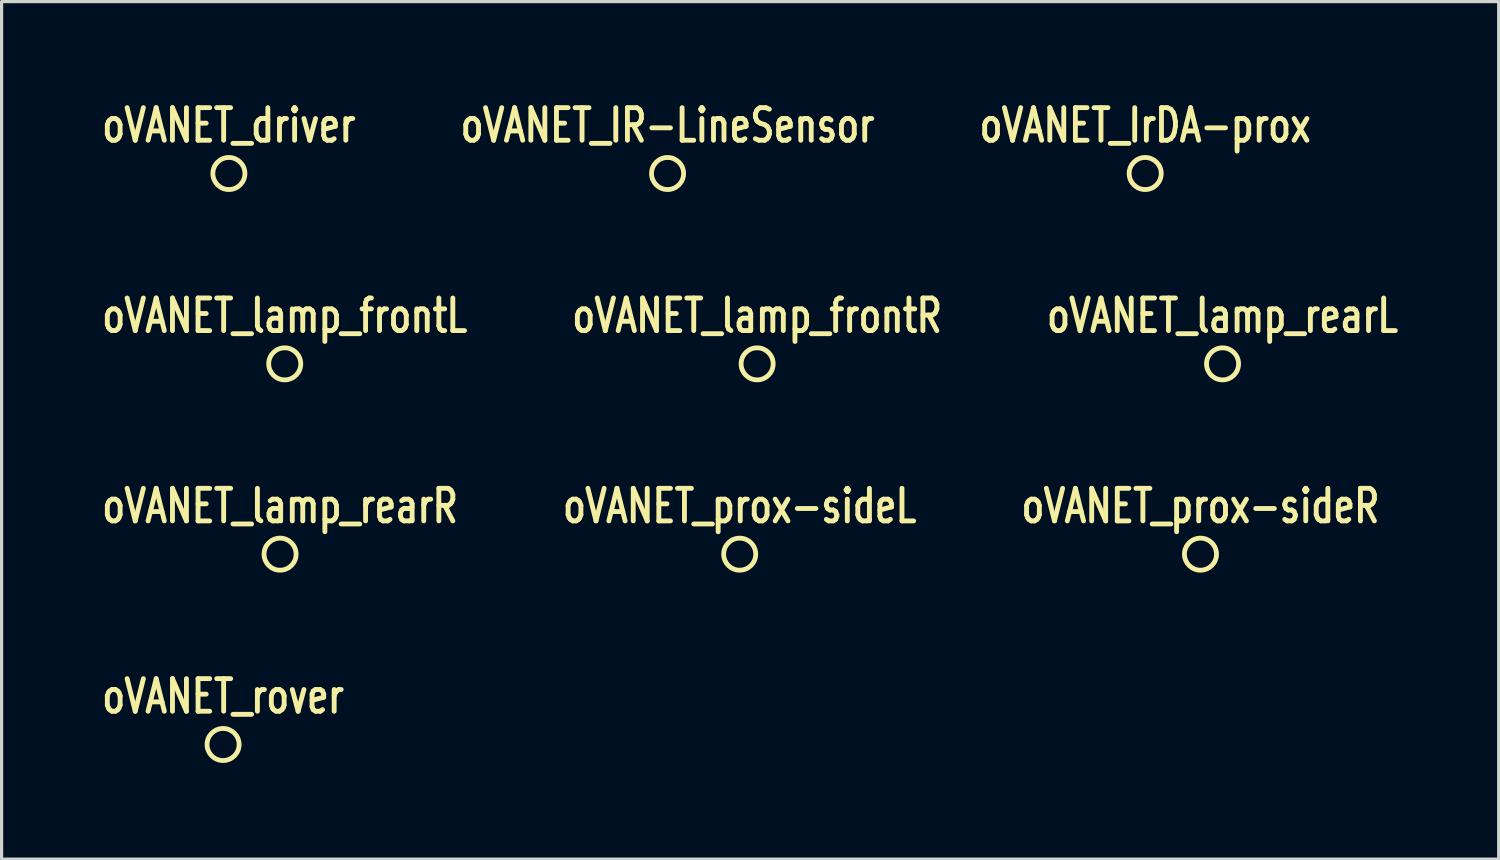
<source format=kicad_pcb>
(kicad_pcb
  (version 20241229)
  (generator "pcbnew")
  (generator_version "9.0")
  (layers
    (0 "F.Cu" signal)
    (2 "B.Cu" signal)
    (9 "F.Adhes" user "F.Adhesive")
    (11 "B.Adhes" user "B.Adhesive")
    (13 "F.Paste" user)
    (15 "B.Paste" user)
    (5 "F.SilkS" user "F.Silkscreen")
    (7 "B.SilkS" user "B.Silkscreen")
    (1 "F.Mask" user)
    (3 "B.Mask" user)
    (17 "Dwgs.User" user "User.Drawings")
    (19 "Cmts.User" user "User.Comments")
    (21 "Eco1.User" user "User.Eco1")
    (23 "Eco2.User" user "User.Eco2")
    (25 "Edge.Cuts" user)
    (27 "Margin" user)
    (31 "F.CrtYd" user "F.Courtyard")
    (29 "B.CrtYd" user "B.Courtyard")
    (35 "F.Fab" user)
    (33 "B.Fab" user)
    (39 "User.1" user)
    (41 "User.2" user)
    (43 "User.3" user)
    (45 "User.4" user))
  (footprint "oVANET_prox-sideL"
    (layer "F.Cu")
    (at 20.022 14.235)
    (property "Reference" "oVANET_prox-sideL" (at 0 -1.5 0) (layer "F.SilkS") (effects (font (size 1.016 0.762) (thickness 0.152))))
    (attr through_hole)
    (fp_circle (center 0 0) (end 0.5 0) (stroke (width 0.15) (type solid)) (fill no) (layer "F.SilkS")))
  (footprint "oVANET_rover"
    (layer "F.Cu")
    (at 3.908 20.172)
    (property "Reference" "oVANET_rover" (at 0 -1.5 0) (layer "F.SilkS") (effects (font (size 1.016 0.762) (thickness 0.152))))
    (attr through_hole)
    (fp_circle (center 0 0) (end 0.5 0) (stroke (width 0.15) (type solid)) (fill no) (layer "F.SilkS")))
  (footprint "oVANET_IR-LineSensor"
    (layer "F.Cu")
    (at 17.772 2.362)
    (property "Reference" "oVANET_IR-LineSensor" (at 0 -1.5 0) (layer "F.SilkS") (effects (font (size 1.016 0.762) (thickness 0.152))))
    (attr through_hole)
    (fp_circle (center 0 0) (end 0.5 0) (stroke (width 0.15) (type solid)) (fill no) (layer "F.SilkS")))
  (footprint "oVANET_lamp_frontL"
    (layer "F.Cu")
    (at 5.831 8.299)
    (property "Reference" "oVANET_lamp_frontL" (at 0 -1.5 0) (layer "F.SilkS") (effects (font (size 1.016 0.762) (thickness 0.152))))
    (attr through_hole)
    (fp_circle (center 0 0) (end 0.5 0) (stroke (width 0.15) (type solid)) (fill no) (layer "F.SilkS")))
  (footprint "oVANET_lamp_rearR"
    (layer "F.Cu")
    (at 5.686 14.235)
    (property "Reference" "oVANET_lamp_rearR" (at 0 -1.5 0) (layer "F.SilkS") (effects (font (size 1.016 0.762) (thickness 0.152))))
    (attr through_hole)
    (fp_circle (center 0 0) (end 0.5 0) (stroke (width 0.15) (type solid)) (fill no) (layer "F.SilkS")))
  (footprint "oVANET_driver"
    (layer "F.Cu")
    (at 4.089 2.362)
    (property "Reference" "oVANET_driver" (at 0 -1.5 0) (layer "F.SilkS") (effects (font (size 1.016 0.762) (thickness 0.152))))
    (attr through_hole)
    (fp_circle (center 0 0) (end 0.5 0) (stroke (width 0.15) (type solid)) (fill no) (layer "F.SilkS")))
  (footprint "oVANET_prox-sideR"
    (layer "F.Cu")
    (at 34.394 14.235)
    (property "Reference" "oVANET_prox-sideR" (at 0 -1.5 0) (layer "F.SilkS") (effects (font (size 1.016 0.762) (thickness 0.152))))
    (attr through_hole)
    (fp_circle (center 0 0) (end 0.5 0) (stroke (width 0.15) (type solid)) (fill no) (layer "F.SilkS")))
  (footprint "oVANET_lamp_rearL"
    (layer "F.Cu")
    (at 35.083 8.299)
    (property "Reference" "oVANET_lamp_rearL" (at 0 -1.5 0) (layer "F.SilkS") (effects (font (size 1.016 0.762) (thickness 0.152))))
    (attr through_hole)
    (fp_circle (center 0 0) (end 0.5 0) (stroke (width 0.15) (type solid)) (fill no) (layer "F.SilkS")))
  (footprint "oVANET_lamp_frontR"
    (layer "F.Cu")
    (at 20.566 8.299)
    (property "Reference" "oVANET_lamp_frontR" (at 0 -1.5 0) (layer "F.SilkS") (effects (font (size 1.016 0.762) (thickness 0.152))))
    (attr through_hole)
    (fp_circle (center 0 0) (end 0.5 0) (stroke (width 0.15) (type solid)) (fill no) (layer "F.SilkS")))
  (footprint "oVANET_IrDA-prox"
    (layer "F.Cu")
    (at 32.67 2.362)
    (property "Reference" "oVANET_IrDA-prox" (at 0 -1.5 0) (layer "F.SilkS") (effects (font (size 1.016 0.762) (thickness 0.152))))
    (attr through_hole)
    (fp_circle (center 0 0) (end 0.5 0) (stroke (width 0.15) (type solid)) (fill no) (layer "F.SilkS")))
  (gr_rect
    (start -3 -3)
    (end 43.696 23.747)
    (stroke (width 0.1) (type default))
    (fill no)
    (layer "Edge.Cuts")))
</source>
